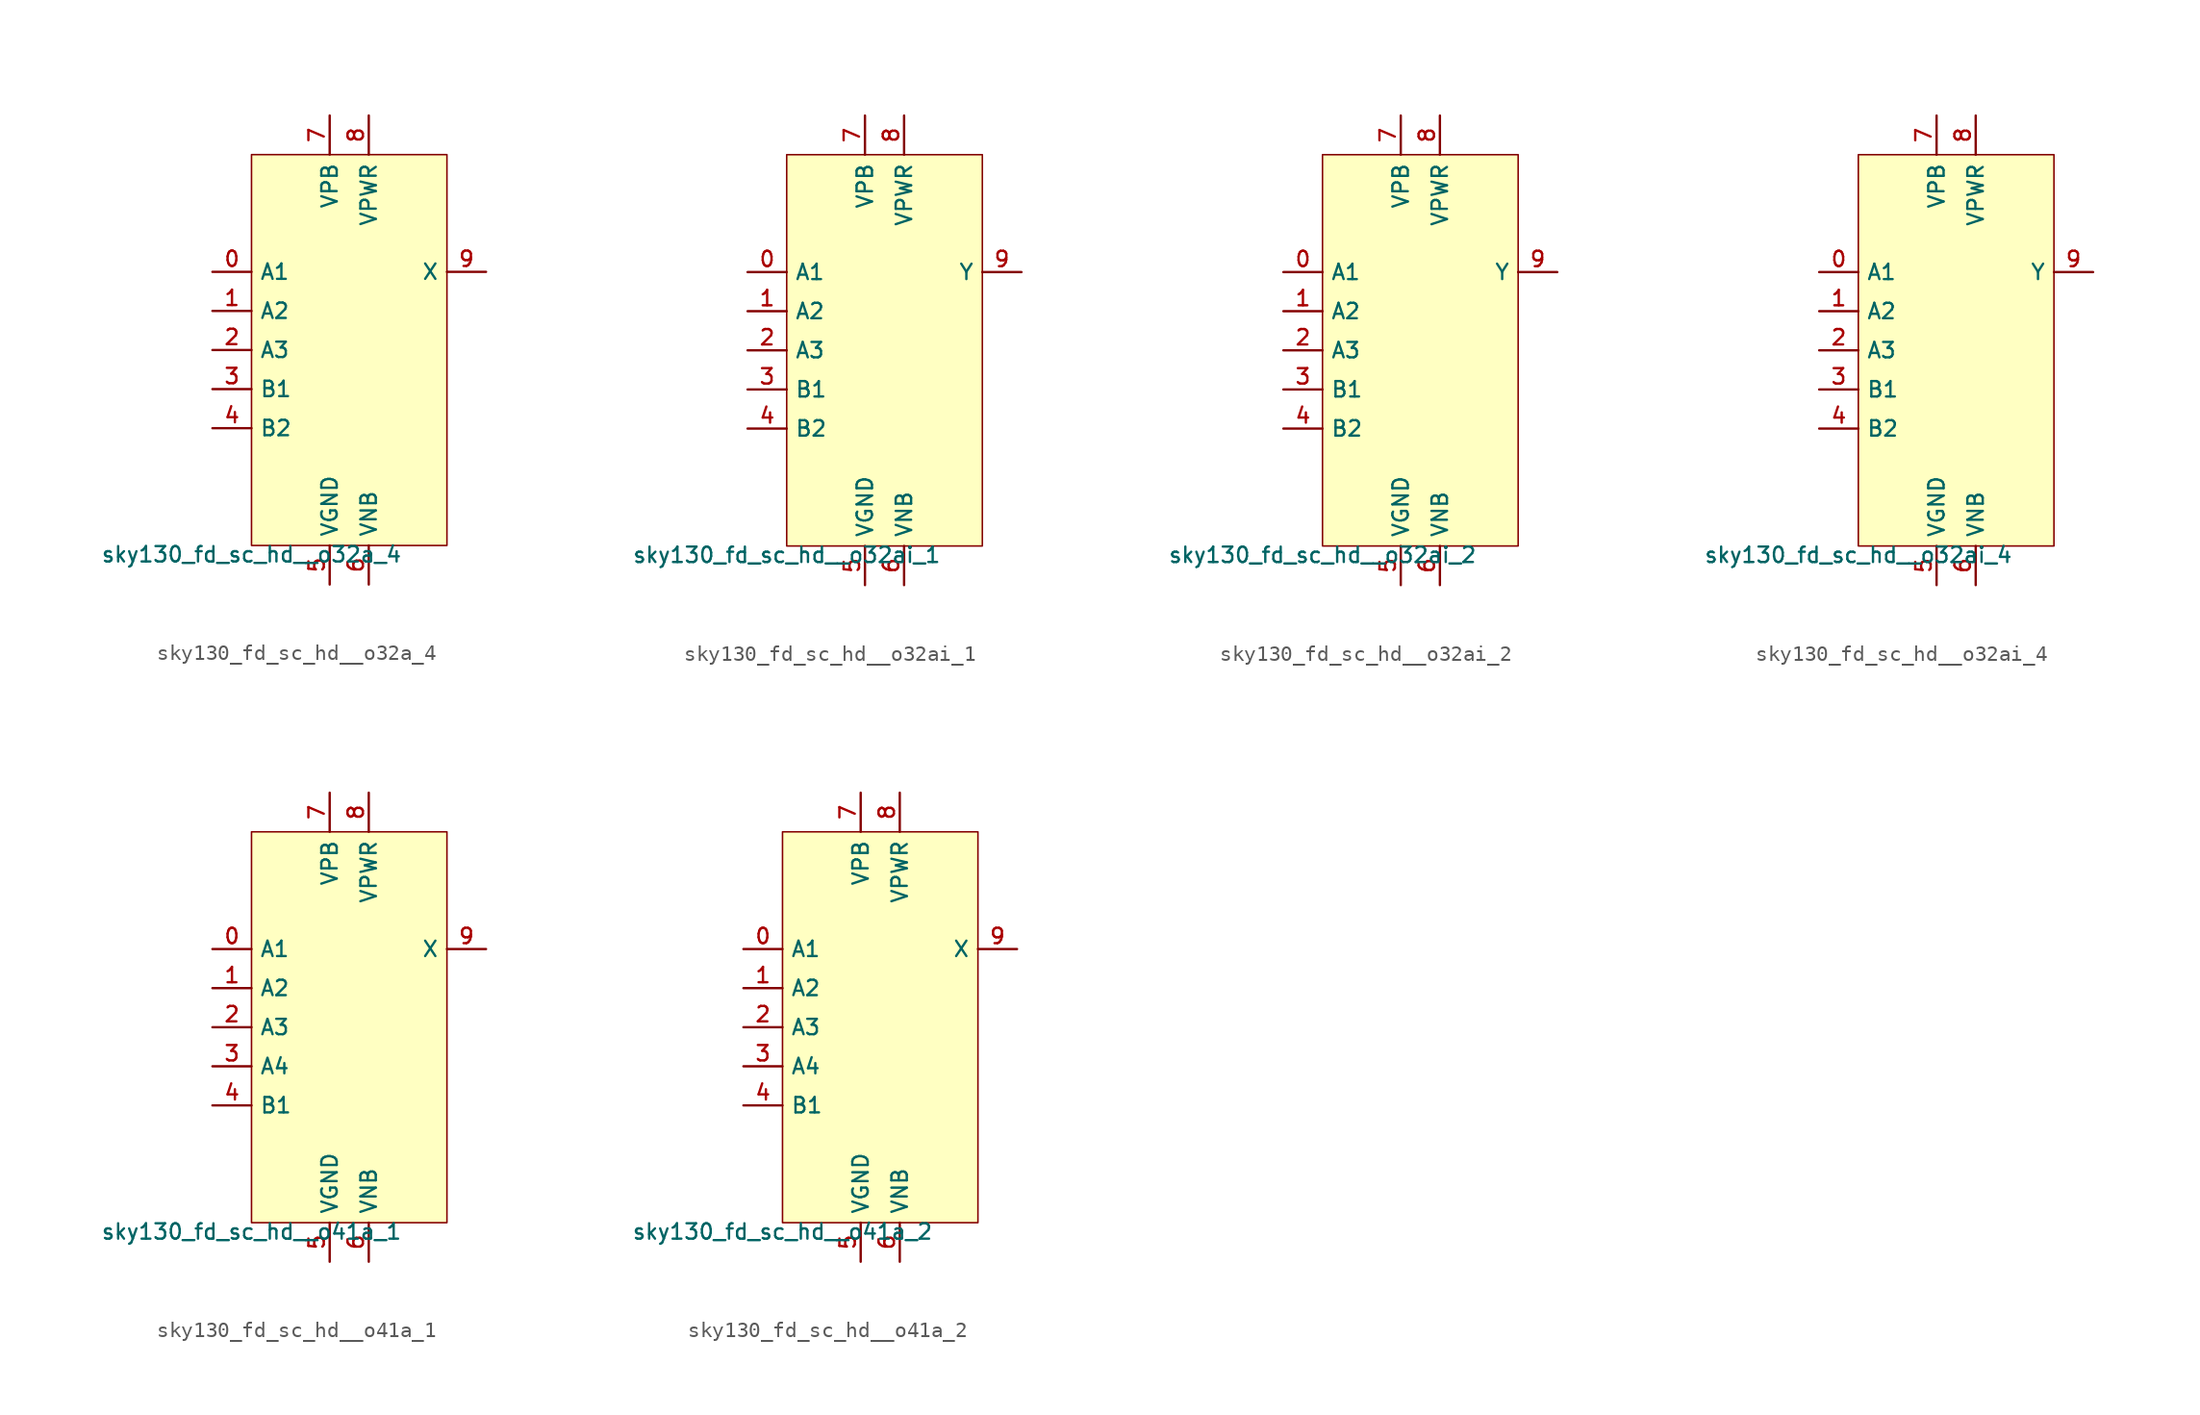
<source format=kicad_sym>
(kicad_symbol_lib
  (version 20211014)
  (generator lef2kicad_sym)
  (symbol "sky130_fd_sc_hd__o32a_4"
    (property "Reference" "X"
      (at 0 0 0)
      (effects (font (size 1 1)) hide))
    (property "Value" "sky130_fd_sc_hd__o32a_4"
      (at -6.35 -12.7 0)
      (effects (font (size 1 1)) (justify top)))
    (rectangle
      (start -6.35 -12.7)
      (end 6.35 12.7)
      (stroke (width 0.1) (type solid) (color 0 0 0 0))
      (fill (type background)))
    (pin input line
      (at -8.89 5.08 0)
      (length 2.54)
      (name "A1" (effects (font (size 1 1)) hide))
      (number "0" (effects (font (size 1 1)) hide)))
    (pin input line
      (at -8.89 2.54 0)
      (length 2.54)
      (name "A2" (effects (font (size 1 1)) hide))
      (number "1" (effects (font (size 1 1)) hide)))
    (pin input line
      (at -8.89 -8.881784197001252e-16 0)
      (length 2.54)
      (name "A3" (effects (font (size 1 1)) hide))
      (number "2" (effects (font (size 1 1)) hide)))
    (pin input line
      (at -8.89 -2.54 0)
      (length 2.54)
      (name "B1" (effects (font (size 1 1)) hide))
      (number "3" (effects (font (size 1 1)) hide)))
    (pin input line
      (at -8.89 -5.08 0)
      (length 2.54)
      (name "B2" (effects (font (size 1 1)) hide))
      (number "4" (effects (font (size 1 1)) hide)))
    (pin power_in line
      (at -1.27 -15.24 90)
      (length 2.54)
      (name "VGND" (effects (font (size 1 1)) hide))
      (number "5" (effects (font (size 1 1)) hide)))
    (pin power_in line
      (at 1.27 -15.24 90)
      (length 2.54)
      (name "VNB" (effects (font (size 1 1)) hide))
      (number "6" (effects (font (size 1 1)) hide)))
    (pin power_in line
      (at -1.27 15.24 270)
      (length 2.54)
      (name "VPB" (effects (font (size 1 1)) hide))
      (number "7" (effects (font (size 1 1)) hide)))
    (pin power_in line
      (at 1.27 15.24 270)
      (length 2.54)
      (name "VPWR" (effects (font (size 1 1)) hide))
      (number "8" (effects (font (size 1 1)) hide)))
    (pin output line
      (at 8.89 5.08 180)
      (length 2.54)
      (name "X" (effects (font (size 1 1)) hide))
      (number "9" (effects (font (size 1 1)) hide))))
  (symbol "sky130_fd_sc_hd__o32ai_1"
    (property "Reference" "X"
      (at 0 0 0)
      (effects (font (size 1 1)) hide))
    (property "Value" "sky130_fd_sc_hd__o32ai_1"
      (at -6.35 -12.7 0)
      (effects (font (size 1 1)) (justify top)))
    (rectangle
      (start -6.35 -12.7)
      (end 6.35 12.7)
      (stroke (width 0.1) (type solid) (color 0 0 0 0))
      (fill (type background)))
    (pin input line
      (at -8.89 5.08 0)
      (length 2.54)
      (name "A1" (effects (font (size 1 1)) hide))
      (number "0" (effects (font (size 1 1)) hide)))
    (pin input line
      (at -8.89 2.54 0)
      (length 2.54)
      (name "A2" (effects (font (size 1 1)) hide))
      (number "1" (effects (font (size 1 1)) hide)))
    (pin input line
      (at -8.89 -8.881784197001252e-16 0)
      (length 2.54)
      (name "A3" (effects (font (size 1 1)) hide))
      (number "2" (effects (font (size 1 1)) hide)))
    (pin input line
      (at -8.89 -2.54 0)
      (length 2.54)
      (name "B1" (effects (font (size 1 1)) hide))
      (number "3" (effects (font (size 1 1)) hide)))
    (pin input line
      (at -8.89 -5.08 0)
      (length 2.54)
      (name "B2" (effects (font (size 1 1)) hide))
      (number "4" (effects (font (size 1 1)) hide)))
    (pin power_in line
      (at -1.27 -15.24 90)
      (length 2.54)
      (name "VGND" (effects (font (size 1 1)) hide))
      (number "5" (effects (font (size 1 1)) hide)))
    (pin power_in line
      (at 1.27 -15.24 90)
      (length 2.54)
      (name "VNB" (effects (font (size 1 1)) hide))
      (number "6" (effects (font (size 1 1)) hide)))
    (pin power_in line
      (at -1.27 15.24 270)
      (length 2.54)
      (name "VPB" (effects (font (size 1 1)) hide))
      (number "7" (effects (font (size 1 1)) hide)))
    (pin power_in line
      (at 1.27 15.24 270)
      (length 2.54)
      (name "VPWR" (effects (font (size 1 1)) hide))
      (number "8" (effects (font (size 1 1)) hide)))
    (pin output line
      (at 8.89 5.08 180)
      (length 2.54)
      (name "Y" (effects (font (size 1 1)) hide))
      (number "9" (effects (font (size 1 1)) hide))))
  (symbol "sky130_fd_sc_hd__o32ai_2"
    (property "Reference" "X"
      (at 0 0 0)
      (effects (font (size 1 1)) hide))
    (property "Value" "sky130_fd_sc_hd__o32ai_2"
      (at -6.35 -12.7 0)
      (effects (font (size 1 1)) (justify top)))
    (rectangle
      (start -6.35 -12.7)
      (end 6.35 12.7)
      (stroke (width 0.1) (type solid) (color 0 0 0 0))
      (fill (type background)))
    (pin input line
      (at -8.89 5.08 0)
      (length 2.54)
      (name "A1" (effects (font (size 1 1)) hide))
      (number "0" (effects (font (size 1 1)) hide)))
    (pin input line
      (at -8.89 2.54 0)
      (length 2.54)
      (name "A2" (effects (font (size 1 1)) hide))
      (number "1" (effects (font (size 1 1)) hide)))
    (pin input line
      (at -8.89 -8.881784197001252e-16 0)
      (length 2.54)
      (name "A3" (effects (font (size 1 1)) hide))
      (number "2" (effects (font (size 1 1)) hide)))
    (pin input line
      (at -8.89 -2.54 0)
      (length 2.54)
      (name "B1" (effects (font (size 1 1)) hide))
      (number "3" (effects (font (size 1 1)) hide)))
    (pin input line
      (at -8.89 -5.08 0)
      (length 2.54)
      (name "B2" (effects (font (size 1 1)) hide))
      (number "4" (effects (font (size 1 1)) hide)))
    (pin power_in line
      (at -1.27 -15.24 90)
      (length 2.54)
      (name "VGND" (effects (font (size 1 1)) hide))
      (number "5" (effects (font (size 1 1)) hide)))
    (pin power_in line
      (at 1.27 -15.24 90)
      (length 2.54)
      (name "VNB" (effects (font (size 1 1)) hide))
      (number "6" (effects (font (size 1 1)) hide)))
    (pin power_in line
      (at -1.27 15.24 270)
      (length 2.54)
      (name "VPB" (effects (font (size 1 1)) hide))
      (number "7" (effects (font (size 1 1)) hide)))
    (pin power_in line
      (at 1.27 15.24 270)
      (length 2.54)
      (name "VPWR" (effects (font (size 1 1)) hide))
      (number "8" (effects (font (size 1 1)) hide)))
    (pin output line
      (at 8.89 5.08 180)
      (length 2.54)
      (name "Y" (effects (font (size 1 1)) hide))
      (number "9" (effects (font (size 1 1)) hide))))
  (symbol "sky130_fd_sc_hd__o32ai_4"
    (property "Reference" "X"
      (at 0 0 0)
      (effects (font (size 1 1)) hide))
    (property "Value" "sky130_fd_sc_hd__o32ai_4"
      (at -6.35 -12.7 0)
      (effects (font (size 1 1)) (justify top)))
    (rectangle
      (start -6.35 -12.7)
      (end 6.35 12.7)
      (stroke (width 0.1) (type solid) (color 0 0 0 0))
      (fill (type background)))
    (pin input line
      (at -8.89 5.08 0)
      (length 2.54)
      (name "A1" (effects (font (size 1 1)) hide))
      (number "0" (effects (font (size 1 1)) hide)))
    (pin input line
      (at -8.89 2.54 0)
      (length 2.54)
      (name "A2" (effects (font (size 1 1)) hide))
      (number "1" (effects (font (size 1 1)) hide)))
    (pin input line
      (at -8.89 -8.881784197001252e-16 0)
      (length 2.54)
      (name "A3" (effects (font (size 1 1)) hide))
      (number "2" (effects (font (size 1 1)) hide)))
    (pin input line
      (at -8.89 -2.54 0)
      (length 2.54)
      (name "B1" (effects (font (size 1 1)) hide))
      (number "3" (effects (font (size 1 1)) hide)))
    (pin input line
      (at -8.89 -5.08 0)
      (length 2.54)
      (name "B2" (effects (font (size 1 1)) hide))
      (number "4" (effects (font (size 1 1)) hide)))
    (pin power_in line
      (at -1.27 -15.24 90)
      (length 2.54)
      (name "VGND" (effects (font (size 1 1)) hide))
      (number "5" (effects (font (size 1 1)) hide)))
    (pin power_in line
      (at 1.27 -15.24 90)
      (length 2.54)
      (name "VNB" (effects (font (size 1 1)) hide))
      (number "6" (effects (font (size 1 1)) hide)))
    (pin power_in line
      (at -1.27 15.24 270)
      (length 2.54)
      (name "VPB" (effects (font (size 1 1)) hide))
      (number "7" (effects (font (size 1 1)) hide)))
    (pin power_in line
      (at 1.27 15.24 270)
      (length 2.54)
      (name "VPWR" (effects (font (size 1 1)) hide))
      (number "8" (effects (font (size 1 1)) hide)))
    (pin output line
      (at 8.89 5.08 180)
      (length 2.54)
      (name "Y" (effects (font (size 1 1)) hide))
      (number "9" (effects (font (size 1 1)) hide))))
  (symbol "sky130_fd_sc_hd__o41a_1"
    (property "Reference" "X"
      (at 0 0 0)
      (effects (font (size 1 1)) hide))
    (property "Value" "sky130_fd_sc_hd__o41a_1"
      (at -6.35 -12.7 0)
      (effects (font (size 1 1)) (justify top)))
    (rectangle
      (start -6.35 -12.7)
      (end 6.35 12.7)
      (stroke (width 0.1) (type solid) (color 0 0 0 0))
      (fill (type background)))
    (pin input line
      (at -8.89 5.08 0)
      (length 2.54)
      (name "A1" (effects (font (size 1 1)) hide))
      (number "0" (effects (font (size 1 1)) hide)))
    (pin input line
      (at -8.89 2.54 0)
      (length 2.54)
      (name "A2" (effects (font (size 1 1)) hide))
      (number "1" (effects (font (size 1 1)) hide)))
    (pin input line
      (at -8.89 -8.881784197001252e-16 0)
      (length 2.54)
      (name "A3" (effects (font (size 1 1)) hide))
      (number "2" (effects (font (size 1 1)) hide)))
    (pin input line
      (at -8.89 -2.54 0)
      (length 2.54)
      (name "A4" (effects (font (size 1 1)) hide))
      (number "3" (effects (font (size 1 1)) hide)))
    (pin input line
      (at -8.89 -5.08 0)
      (length 2.54)
      (name "B1" (effects (font (size 1 1)) hide))
      (number "4" (effects (font (size 1 1)) hide)))
    (pin power_in line
      (at -1.27 -15.24 90)
      (length 2.54)
      (name "VGND" (effects (font (size 1 1)) hide))
      (number "5" (effects (font (size 1 1)) hide)))
    (pin power_in line
      (at 1.27 -15.24 90)
      (length 2.54)
      (name "VNB" (effects (font (size 1 1)) hide))
      (number "6" (effects (font (size 1 1)) hide)))
    (pin power_in line
      (at -1.27 15.24 270)
      (length 2.54)
      (name "VPB" (effects (font (size 1 1)) hide))
      (number "7" (effects (font (size 1 1)) hide)))
    (pin power_in line
      (at 1.27 15.24 270)
      (length 2.54)
      (name "VPWR" (effects (font (size 1 1)) hide))
      (number "8" (effects (font (size 1 1)) hide)))
    (pin output line
      (at 8.89 5.08 180)
      (length 2.54)
      (name "X" (effects (font (size 1 1)) hide))
      (number "9" (effects (font (size 1 1)) hide))))
  (symbol "sky130_fd_sc_hd__o41a_2"
    (property "Reference" "X"
      (at 0 0 0)
      (effects (font (size 1 1)) hide))
    (property "Value" "sky130_fd_sc_hd__o41a_2"
      (at -6.35 -12.7 0)
      (effects (font (size 1 1)) (justify top)))
    (rectangle
      (start -6.35 -12.7)
      (end 6.35 12.7)
      (stroke (width 0.1) (type solid) (color 0 0 0 0))
      (fill (type background)))
    (pin input line
      (at -8.89 5.08 0)
      (length 2.54)
      (name "A1" (effects (font (size 1 1)) hide))
      (number "0" (effects (font (size 1 1)) hide)))
    (pin input line
      (at -8.89 2.54 0)
      (length 2.54)
      (name "A2" (effects (font (size 1 1)) hide))
      (number "1" (effects (font (size 1 1)) hide)))
    (pin input line
      (at -8.89 -8.881784197001252e-16 0)
      (length 2.54)
      (name "A3" (effects (font (size 1 1)) hide))
      (number "2" (effects (font (size 1 1)) hide)))
    (pin input line
      (at -8.89 -2.54 0)
      (length 2.54)
      (name "A4" (effects (font (size 1 1)) hide))
      (number "3" (effects (font (size 1 1)) hide)))
    (pin input line
      (at -8.89 -5.08 0)
      (length 2.54)
      (name "B1" (effects (font (size 1 1)) hide))
      (number "4" (effects (font (size 1 1)) hide)))
    (pin power_in line
      (at -1.27 -15.24 90)
      (length 2.54)
      (name "VGND" (effects (font (size 1 1)) hide))
      (number "5" (effects (font (size 1 1)) hide)))
    (pin power_in line
      (at 1.27 -15.24 90)
      (length 2.54)
      (name "VNB" (effects (font (size 1 1)) hide))
      (number "6" (effects (font (size 1 1)) hide)))
    (pin power_in line
      (at -1.27 15.24 270)
      (length 2.54)
      (name "VPB" (effects (font (size 1 1)) hide))
      (number "7" (effects (font (size 1 1)) hide)))
    (pin power_in line
      (at 1.27 15.24 270)
      (length 2.54)
      (name "VPWR" (effects (font (size 1 1)) hide))
      (number "8" (effects (font (size 1 1)) hide)))
    (pin output line
      (at 8.89 5.08 180)
      (length 2.54)
      (name "X" (effects (font (size 1 1)) hide))
      (number "9" (effects (font (size 1 1)) hide)))))
</source>
